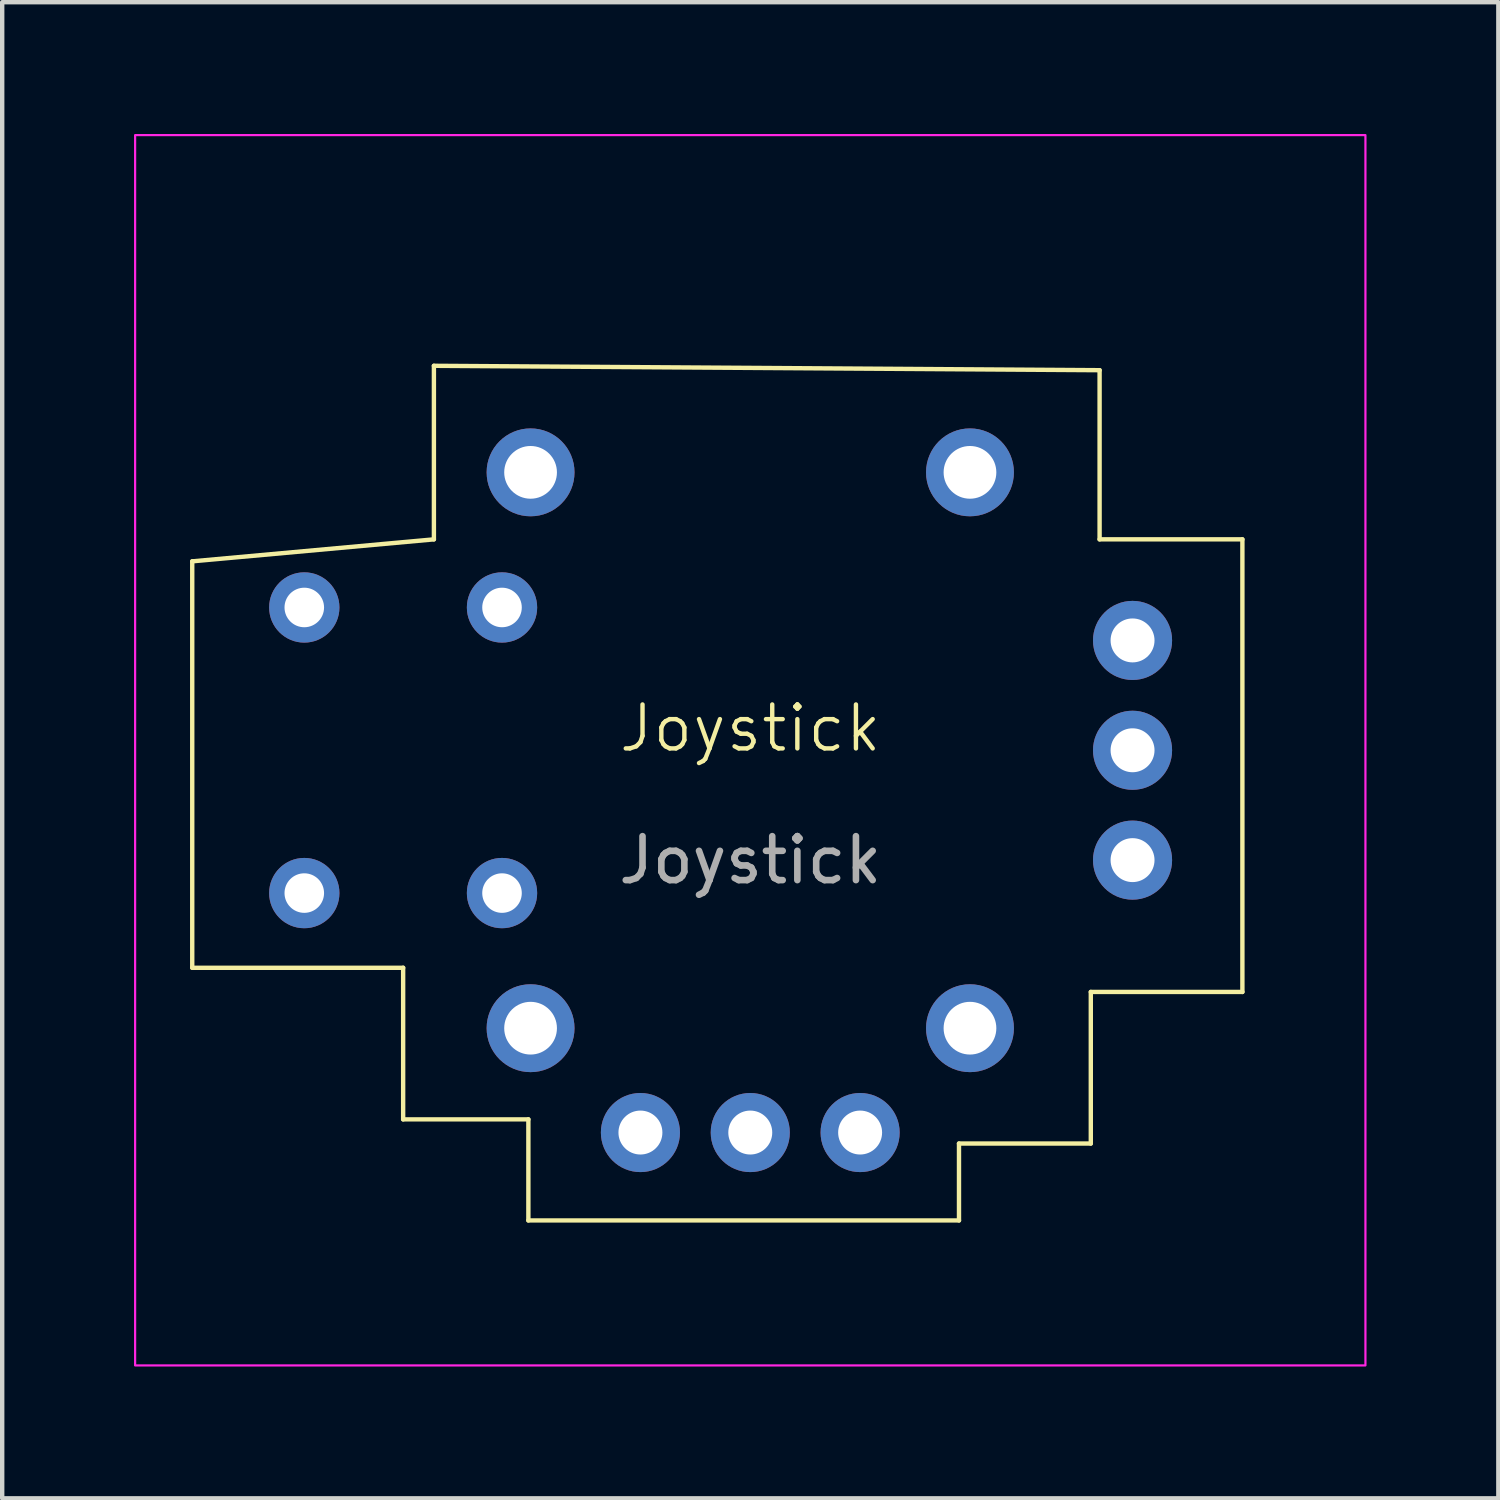
<source format=kicad_pcb>
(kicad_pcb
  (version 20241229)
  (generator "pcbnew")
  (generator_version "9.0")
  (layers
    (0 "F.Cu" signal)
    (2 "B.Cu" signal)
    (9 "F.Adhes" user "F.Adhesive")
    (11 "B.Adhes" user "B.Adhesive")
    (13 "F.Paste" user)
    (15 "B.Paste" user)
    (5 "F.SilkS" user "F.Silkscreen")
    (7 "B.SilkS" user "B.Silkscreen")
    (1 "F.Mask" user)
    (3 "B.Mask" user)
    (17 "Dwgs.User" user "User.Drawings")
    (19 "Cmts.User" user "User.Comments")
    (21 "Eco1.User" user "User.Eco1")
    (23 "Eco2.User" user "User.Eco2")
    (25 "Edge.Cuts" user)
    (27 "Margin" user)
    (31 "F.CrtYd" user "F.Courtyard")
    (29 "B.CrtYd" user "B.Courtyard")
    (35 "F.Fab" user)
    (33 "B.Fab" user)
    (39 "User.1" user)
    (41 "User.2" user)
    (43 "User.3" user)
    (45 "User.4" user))
  (footprint "Joystick"
    (layer "F.Cu")
    (at 14.025 14.025)
    (property "Reference" "Joystick" (at 0 -0.5 0) (unlocked yes) (layer "F.SilkS") (effects (font (size 1 1) (thickness 0.1))))
    (attr through_hole)
    (fp_line (start -12.7 -4.3) (end -12.7 4.95) (stroke (width 0.1) (type default)) (layer "F.SilkS"))
    (fp_line (start -12.7 4.95) (end -7.9 4.95) (stroke (width 0.1) (type default)) (layer "F.SilkS"))
    (fp_line (start -7.9 4.95) (end -7.9 8.4) (stroke (width 0.1) (type default)) (layer "F.SilkS"))
    (fp_line (start -7.9 8.4) (end -5.05 8.4) (stroke (width 0.1) (type default)) (layer "F.SilkS"))
    (fp_line (start -7.2 -8.75) (end -7.2 -4.8) (stroke (width 0.1) (type default)) (layer "F.SilkS"))
    (fp_line (start -7.2 -4.8) (end -12.7 -4.3) (stroke (width 0.1) (type default)) (layer "F.SilkS"))
    (fp_line (start -5.05 8.4) (end -5.05 10.7) (stroke (width 0.1) (type default)) (layer "F.SilkS"))
    (fp_line (start -5.05 10.7) (end 4.75 10.7) (stroke (width 0.1) (type default)) (layer "F.SilkS"))
    (fp_line (start 4.75 8.95) (end 7.75 8.95) (stroke (width 0.1) (type default)) (layer "F.SilkS"))
    (fp_line (start 4.75 10.7) (end 4.75 8.95) (stroke (width 0.1) (type default)) (layer "F.SilkS"))
    (fp_line (start 7.75 5.5) (end 11.2 5.5) (stroke (width 0.1) (type default)) (layer "F.SilkS"))
    (fp_line (start 7.75 8.95) (end 7.75 5.5) (stroke (width 0.1) (type default)) (layer "F.SilkS"))
    (fp_line (start 7.95 -8.65) (end -7.2 -8.75) (stroke (width 0.1) (type default)) (layer "F.SilkS"))
    (fp_line (start 7.95 -4.8) (end 7.95 -8.65) (stroke (width 0.1) (type default)) (layer "F.SilkS"))
    (fp_line (start 11.2 -4.8) (end 7.95 -4.8) (stroke (width 0.1) (type default)) (layer "F.SilkS"))
    (fp_line (start 11.2 5.5) (end 11.2 -4.8) (stroke (width 0.1) (type default)) (layer "F.SilkS"))
    (fp_rect (start -14 -14) (end 14 14) (stroke (width 0.05) (type solid)) (fill no) (layer "F.CrtYd"))
    (fp_text user "${REFERENCE}" (at 0 2.5 0) (unlocked yes) (layer "F.Fab") (effects (font (size 1 1) (thickness 0.15))))
    (pad "1" thru_hole circle (at 8.7 -2.5) (size 1.8 1.8) (drill 1) (layers "*.Cu" "*.Mask"))
    (pad "2" thru_hole circle (at 8.7 0) (size 1.8 1.8) (drill 1) (layers "*.Cu" "*.Mask"))
    (pad "3" thru_hole circle (at 8.7 2.5) (size 1.8 1.8) (drill 1) (layers "*.Cu" "*.Mask"))
    (pad "4" thru_hole circle (at -2.5 8.7) (size 1.8 1.8) (drill 1) (layers "*.Cu" "*.Mask"))
    (pad "5" thru_hole circle (at 0 8.7) (size 1.8 1.8) (drill 1) (layers "*.Cu" "*.Mask"))
    (pad "6" thru_hole circle (at 2.5 8.7) (size 1.8 1.8) (drill 1) (layers "*.Cu" "*.Mask"))
    (pad "7" thru_hole circle (at -5.65 -3.25) (size 1.6 1.6) (drill 0.9) (layers "*.Cu" "*.Mask"))
    (pad "8" thru_hole circle (at -5.65 3.25) (size 1.6 1.6) (drill 0.9) (layers "*.Cu" "*.Mask"))
    (pad "9" thru_hole circle (at -10.15 3.25) (size 1.6 1.6) (drill 0.9) (layers "*.Cu" "*.Mask"))
    (pad "10" thru_hole circle (at -10.15 -3.25) (size 1.6 1.6) (drill 0.9) (layers "*.Cu" "*.Mask"))
    (pad "11" thru_hole circle (at 5 -6.325) (size 2 2) (drill 1.2) (layers "*.Cu" "*.Mask"))
    (pad "12" thru_hole circle (at 5 6.325) (size 2 2) (drill 1.2) (layers "*.Cu" "*.Mask"))
    (pad "13" thru_hole circle (at -5 6.325) (size 2 2) (drill 1.2) (layers "*.Cu" "*.Mask"))
    (pad "14" thru_hole circle (at -5 -6.325) (size 2 2) (drill 1.2) (layers "*.Cu" "*.Mask")))
  (gr_rect
    (start -3 -3)
    (end 31.05 31.05)
    (stroke (width 0.1) (type default))
    (fill no)
    (layer "Edge.Cuts")))
</source>
